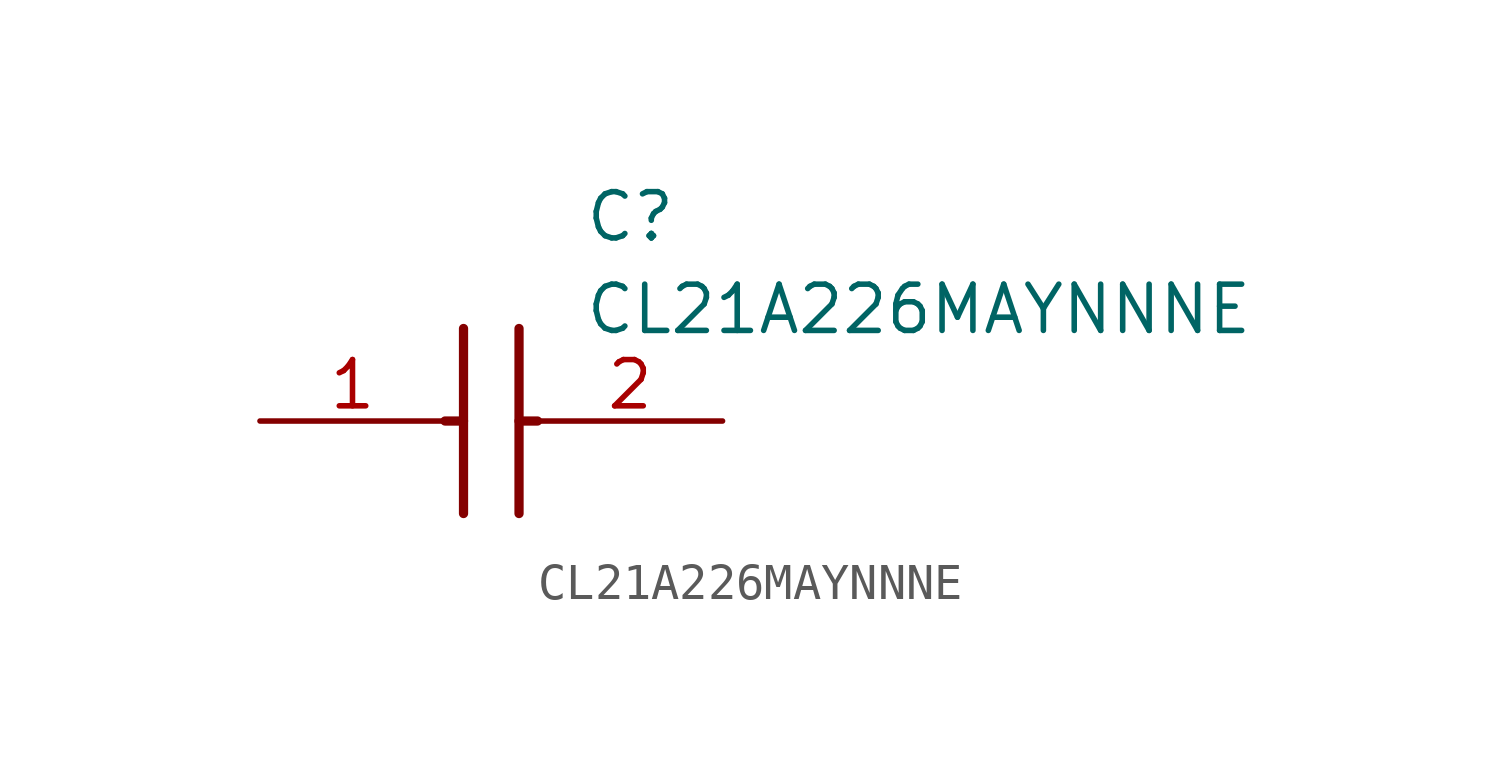
<source format=kicad_sym>
(kicad_symbol_lib
  (version 20211014)
  (generator SamacSys_ECAD_Model)
  (symbol "CL21A226MAYNNNE"
    (pin_names hide)
    (property "Reference" "C"
      (at 8.89 6.35 0)
      (effects (font (size 1.27 1.27)) (justify left top)))
    (property "Value" "CL21A226MAYNNNE"
      (at 8.89 3.81 0)
      (effects (font (size 1.27 1.27)) (justify left top)))
    (polyline
      (pts (xy 5.588 2.54) (xy 5.588 -2.54))
      (stroke (width 0.254) (type default))
      (fill (type none)))
    (polyline
      (pts (xy 7.112 2.54) (xy 7.112 -2.54))
      (stroke (width 0.254) (type default))
      (fill (type none)))
    (polyline
      (pts (xy 5.08 0) (xy 5.588 0))
      (stroke (width 0.254) (type default))
      (fill (type none)))
    (polyline
      (pts (xy 7.112 0) (xy 7.62 0))
      (stroke (width 0.254) (type default))
      (fill (type none)))
    (pin passive line
      (at 0 0 0)
      (length 5.08)
      (name "1" (effects (font (size 1.27 1.27))))
      (number "1" (effects (font (size 1.27 1.27)))))
    (pin passive line
      (at 12.7 0 180)
      (length 5.08)
      (name "2" (effects (font (size 1.27 1.27))))
      (number "2" (effects (font (size 1.27 1.27)))))))
</source>
